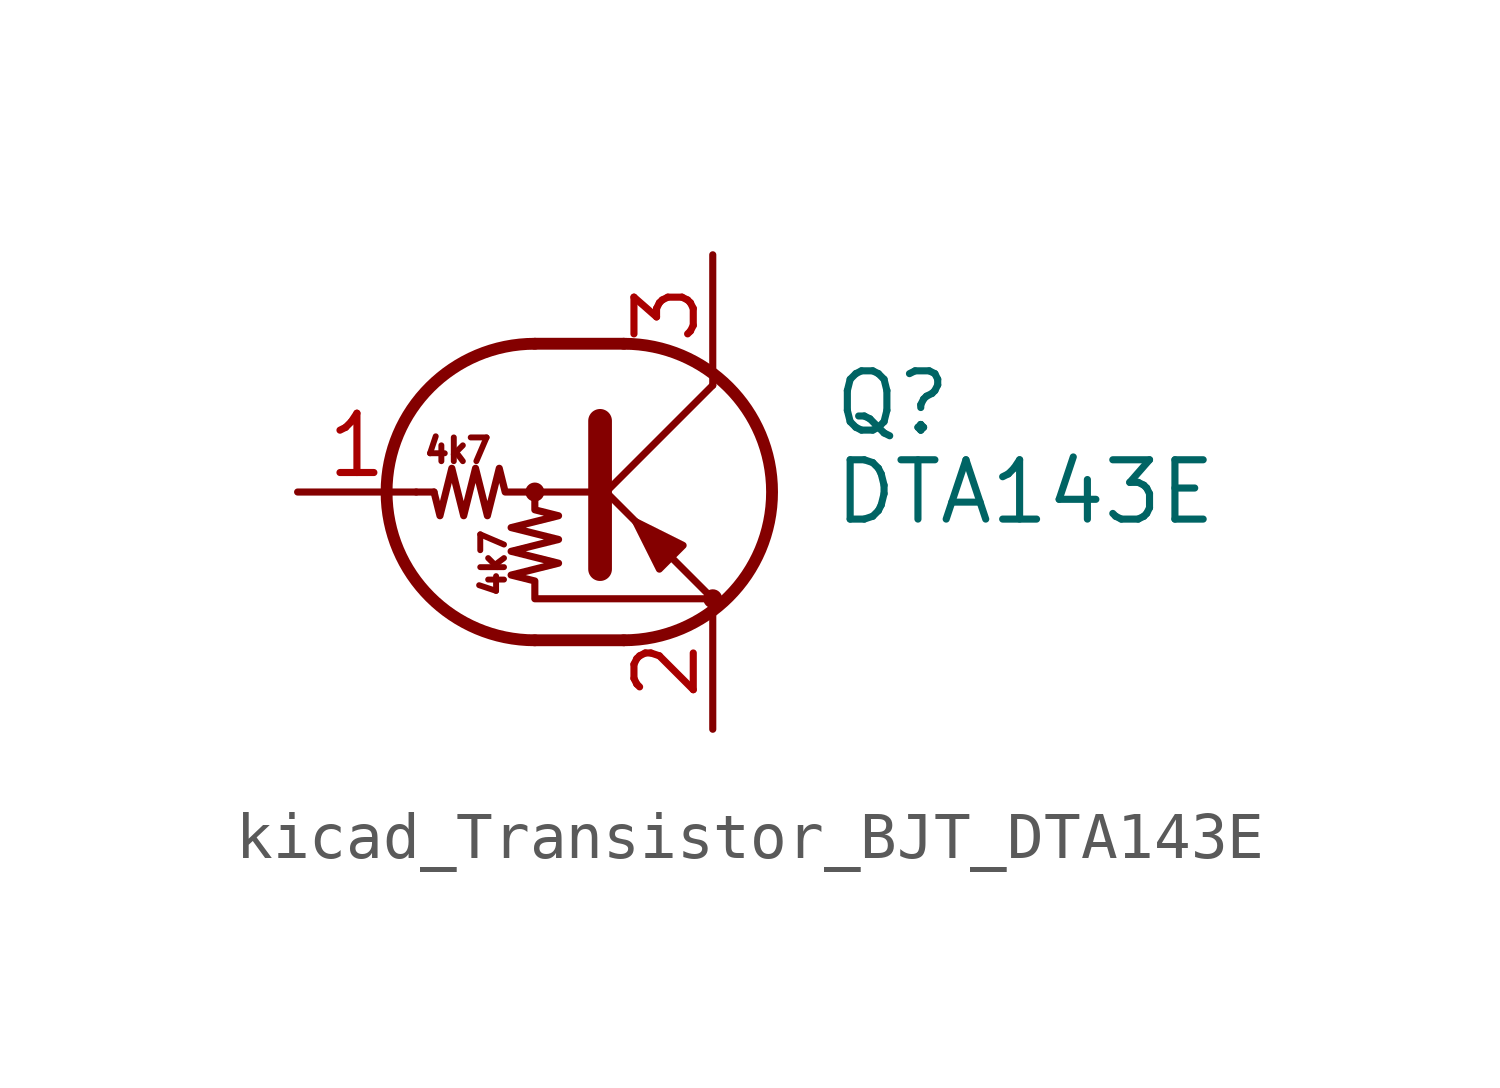
<source format=kicad_sym>
(kicad_symbol_lib
  (version 20220914)
  (generator kicad_symbol_editor)
  (symbol "kicad_Transistor_BJT_DTA143E"
    (pin_names
      (offset 0) hide)
    (property "Reference" "Q"
      (at 5.08 1.905 0)
      (effects (font (size 1.27 1.27)) (justify left)))
    (property "Value" "DTA143E"
      (at 5.08 0 0)
      (effects (font (size 1.27 1.27)) (justify left)))
    (symbol "kicad_Transistor_BJT_DTA143E_0_0"
      (text "4k7" (at -2.921 0.889 0) (effects (font (size 0.508 0.508))))
      (text "4k7" (at -2.159 -1.524 900) (effects (font (size 0.508 0.508)))))
    (symbol "kicad_Transistor_BJT_DTA143E_0_1"
      (circle (center -1.27 0) (radius 0.127) (stroke (width 0) (type default)) (fill (type none)))
      (arc (start -1.27 3.175) (mid -4.4312 0) (end -1.27 -3.175) (stroke (width 0.254) (type default)) (fill (type none)))
      (polyline (pts (xy -3.429 0) (xy -3.81 0)) (stroke (width 0) (type default)) (fill (type none)))
      (polyline (pts (xy -1.27 -3.175) (xy 0.635 -3.175)) (stroke (width 0.254) (type default)) (fill (type none)))
      (polyline (pts (xy -1.27 3.175) (xy 0.635 3.175)) (stroke (width 0.254) (type default)) (fill (type none)))
      (polyline (pts (xy 0 -0.254) (xy 2.54 2.286)) (stroke (width 0) (type default)) (fill (type none)))
      (polyline (pts (xy 0.127 1.524) (xy 0.127 -1.651)) (stroke (width 0.508) (type default)) (fill (type outline)))
      (polyline (pts (xy 2.54 2.286) (xy 2.54 2.54)) (stroke (width 0) (type default)) (fill (type none)))
      (polyline (pts (xy 2.54 -2.286) (xy 0 0.254) (xy 0 0.254)) (stroke (width 0) (type default)) (fill (type none)))
      (polyline (pts (xy 1.397 -1.651) (xy 1.905 -1.143) (xy 0.889 -0.635) (xy 1.397 -1.651)) (stroke (width 0) (type default)) (fill (type outline)))
      (polyline (pts (xy 0 0) (xy -1.905 0) (xy -2.032 0.508) (xy -2.286 -0.508) (xy -2.54 0.508) (xy -2.794 -0.508) (xy -3.048 0.508) (xy -3.302 -0.508) (xy -3.429 0)) (stroke (width 0) (type default)) (fill (type none)))
      (polyline (pts (xy -1.27 0) (xy -1.27 -0.381) (xy -0.762 -0.508) (xy -1.778 -0.762) (xy -0.762 -1.016) (xy -1.778 -1.27) (xy -0.762 -1.524) (xy -1.778 -1.778) (xy -1.27 -1.905) (xy -1.27 -2.286) (xy 2.54 -2.286)) (stroke (width 0) (type default)) (fill (type none)))
      (arc (start 0.635 -3.175) (mid 3.7962 0) (end 0.635 3.175) (stroke (width 0.254) (type default)) (fill (type none)))
      (circle (center 2.54 -2.286) (radius 0.127) (stroke (width 0) (type default)) (fill (type none))))
    (symbol "kicad_Transistor_BJT_DTA143E_1_1"
      (pin input line (at -6.35 0 0) (length 2.54) (name "B" (effects (font (size 1.27 1.27)))) (number "1" (effects (font (size 1.27 1.27)))))
      (pin passive line (at 2.54 -5.08 90) (length 2.54) (name "E" (effects (font (size 1.27 1.27)))) (number "2" (effects (font (size 1.27 1.27)))))
      (pin passive line (at 2.54 5.08 270) (length 2.54) (name "C" (effects (font (size 1.27 1.27)))) (number "3" (effects (font (size 1.27 1.27))))))))
</source>
